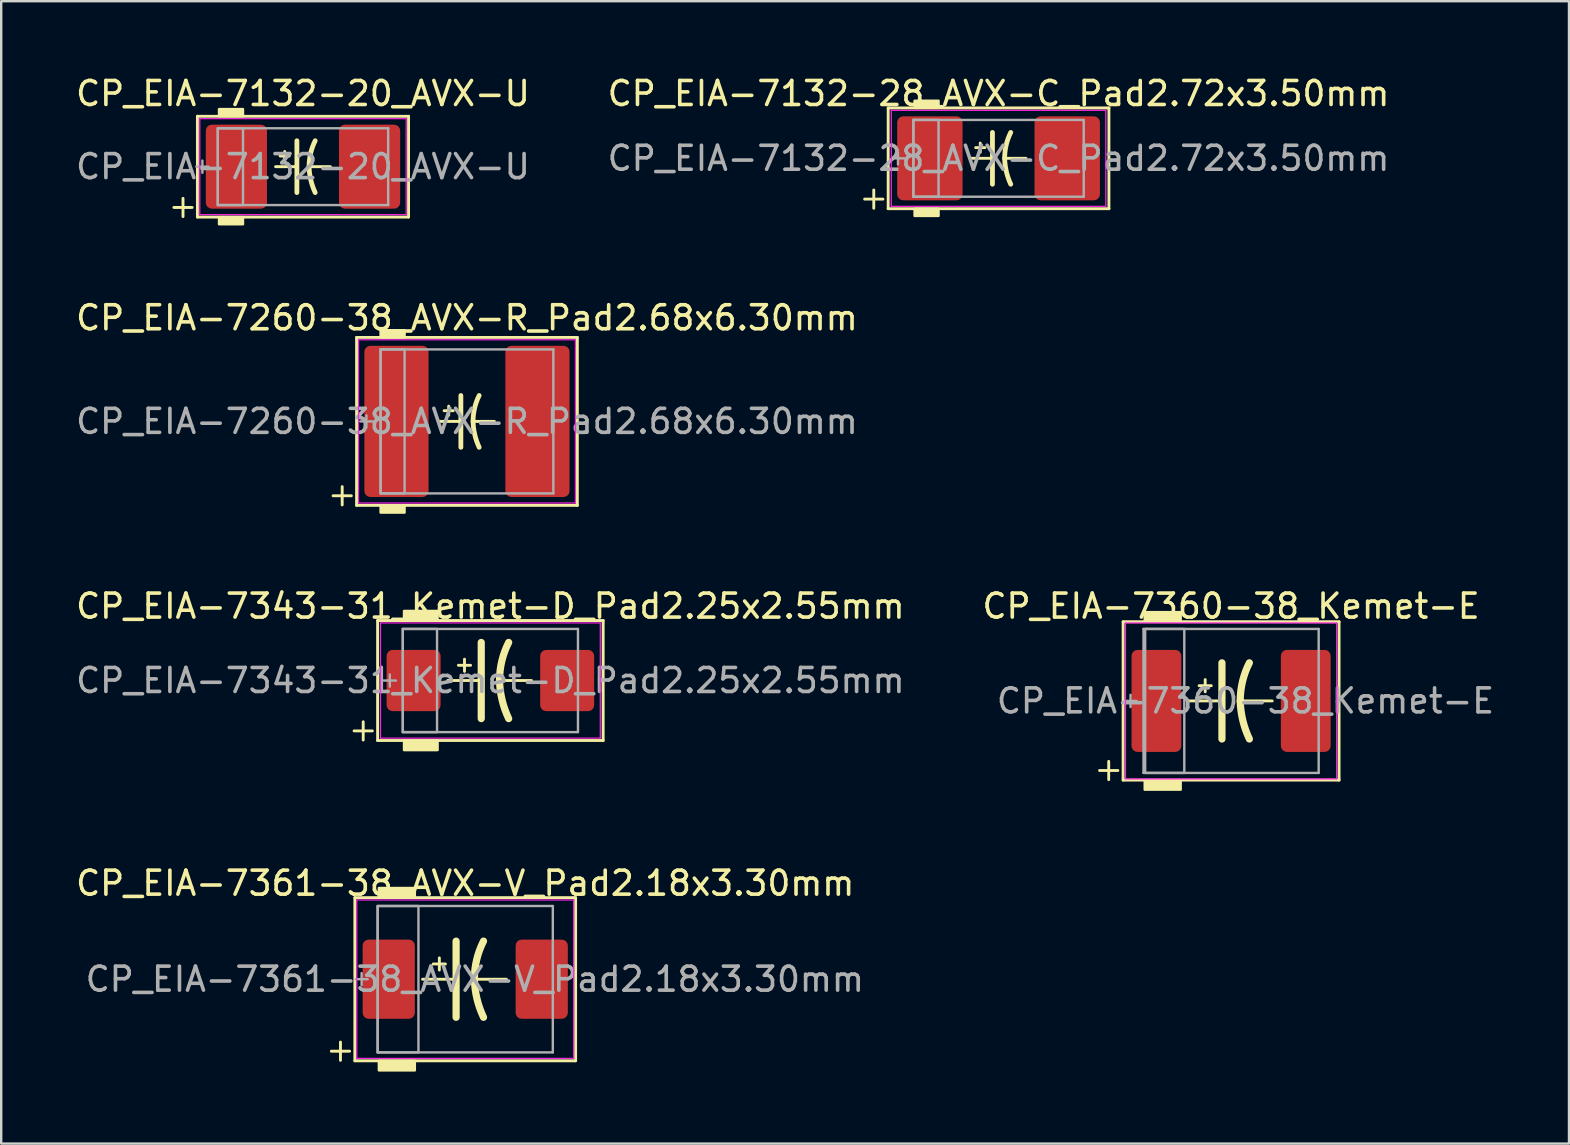
<source format=kicad_pcb>
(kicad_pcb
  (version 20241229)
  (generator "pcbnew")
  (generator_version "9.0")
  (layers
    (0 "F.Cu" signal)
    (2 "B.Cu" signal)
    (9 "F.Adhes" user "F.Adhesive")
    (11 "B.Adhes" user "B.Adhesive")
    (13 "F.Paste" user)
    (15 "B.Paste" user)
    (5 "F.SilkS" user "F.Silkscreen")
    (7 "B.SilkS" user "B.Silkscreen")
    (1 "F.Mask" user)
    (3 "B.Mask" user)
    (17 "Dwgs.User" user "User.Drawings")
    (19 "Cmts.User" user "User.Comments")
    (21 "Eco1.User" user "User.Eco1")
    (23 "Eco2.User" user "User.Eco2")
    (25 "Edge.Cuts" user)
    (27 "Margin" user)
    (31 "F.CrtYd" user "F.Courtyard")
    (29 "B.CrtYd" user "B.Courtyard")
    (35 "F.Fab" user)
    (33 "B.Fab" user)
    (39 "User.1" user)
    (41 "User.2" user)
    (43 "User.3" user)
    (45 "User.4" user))
  (footprint "CP_EIA-7132-20_AVX-U"
    (layer "F.Cu")
    (at 9.577 3.896)
    (property "Reference" "CP_EIA-7132-20_AVX-U" (at 0 -3.048 0) (layer "F.SilkS") (effects (font (size 1 1) (thickness 0.15))))
    (attr smd)
    (fp_line (start -5.381 1.7) (end -4.619 1.7) (stroke (width 0.12) (type solid)) (layer "F.SilkS"))
    (fp_line (start -5 1.319) (end -5 2.081) (stroke (width 0.12) (type solid)) (layer "F.SilkS"))
    (fp_line (start -4.4 -2.1) (end -4.4 2.1) (stroke (width 0.12) (type solid)) (layer "F.SilkS"))
    (fp_line (start -4.4 2.1) (end 4.4 2.1) (stroke (width 0.12) (type solid)) (layer "F.SilkS"))
    (fp_line (start -1.143 0) (end -0.254 0) (stroke (width 0.12) (type solid)) (layer "F.SilkS"))
    (fp_line (start -0.762 -0.254) (end -0.762 -0.635) (stroke (width 0.12) (type solid)) (layer "F.SilkS"))
    (fp_line (start -0.572 -0.445) (end -0.953 -0.445) (stroke (width 0.12) (type solid)) (layer "F.SilkS"))
    (fp_line (start -0.254 -1.079) (end -0.254 1.079) (stroke (width 0.2) (type solid)) (layer "F.SilkS"))
    (fp_line (start 1.143 0) (end 0.254 0) (stroke (width 0.12) (type solid)) (layer "F.SilkS"))
    (fp_line (start 4.4 -2.1) (end -4.4 -2.1) (stroke (width 0.12) (type solid)) (layer "F.SilkS"))
    (fp_line (start 4.4 2.1) (end 4.4 -2.1) (stroke (width 0.12) (type solid)) (layer "F.SilkS"))
    (fp_arc (start 0.254 0) (mid 0.318254 -0.554514) (end 0.508 -1.0795) (stroke (width 0.2) (type solid)) (layer "F.SilkS"))
    (fp_arc (start 0.508 1.0795) (mid 0.325879 0.55272) (end 0.254 0) (stroke (width 0.2) (type solid)) (layer "F.SilkS"))
    (fp_poly (pts (xy -2.5 -2.1) (xy -3.5 -2.1) (xy -3.5 -2.4) (xy -2.5 -2.4)) (stroke (width 0.1) (type solid)) (fill yes) (layer "F.SilkS"))
    (fp_poly (pts (xy -2.5 2.4) (xy -3.5 2.4) (xy -3.5 2.1) (xy -2.5 2.1)) (stroke (width 0.1) (type solid)) (fill yes) (layer "F.SilkS"))
    (fp_line (start -4.3 -2) (end 4.3 -2) (stroke (width 0.05) (type solid)) (layer "F.CrtYd"))
    (fp_line (start -4.3 2) (end -4.3 -2) (stroke (width 0.05) (type solid)) (layer "F.CrtYd"))
    (fp_line (start 4.3 -2) (end 4.3 2) (stroke (width 0.05) (type solid)) (layer "F.CrtYd"))
    (fp_line (start 4.3 2) (end -4.3 2) (stroke (width 0.05) (type solid)) (layer "F.CrtYd"))
    (fp_line (start -4.191 -0.254) (end -4.191 0.254) (stroke (width 0.1) (type solid)) (layer "F.Fab"))
    (fp_line (start -3.937 0) (end -4.445 0) (stroke (width 0.1) (type solid)) (layer "F.Fab"))
    (fp_line (start -3.55 -1.6) (end -3.55 1.6) (stroke (width 0.1) (type solid)) (layer "F.Fab"))
    (fp_line (start -3.55 1.6) (end 3.55 1.6) (stroke (width 0.1) (type solid)) (layer "F.Fab"))
    (fp_line (start 3.55 -1.6) (end -3.55 -1.6) (stroke (width 0.1) (type solid)) (layer "F.Fab"))
    (fp_line (start 3.55 1.6) (end 3.55 -1.6) (stroke (width 0.1) (type solid)) (layer "F.Fab"))
    (fp_rect (start -3.55 -1.6) (end -2.5 1.6) (stroke (width 0.1) (type solid)) (fill no) (layer "F.Fab"))
    (fp_text user "${REFERENCE}" (at 0 0 0) (layer "F.Fab") (effects (font (size 1 1) (thickness 0.15))))
    (pad "1" smd roundrect (at -2.775 0) (size 2.55 3.5) (layers "F.Cu" "F.Mask" "F.Paste") (roundrect_rratio 0.098))
    (pad "2" smd roundrect (at 2.775 0) (size 2.55 3.5) (layers "F.Cu" "F.Mask" "F.Paste") (roundrect_rratio 0.098)))
  (footprint "CP_EIA-7132-28_AVX-C_Pad2.72x3.50mm"
    (layer "F.Cu")
    (at 38.565 3.548)
    (property "Reference" "CP_EIA-7132-28_AVX-C_Pad2.72x3.50mm" (at 0 -2.7 0) (layer "F.SilkS") (effects (font (size 1 1) (thickness 0.15))))
    (attr smd)
    (fp_line (start -5.581 1.7) (end -4.819 1.7) (stroke (width 0.12) (type solid)) (layer "F.SilkS"))
    (fp_line (start -5.2 1.319) (end -5.2 2.081) (stroke (width 0.12) (type solid)) (layer "F.SilkS"))
    (fp_line (start -4.6 -2.1) (end -4.6 2.1) (stroke (width 0.12) (type solid)) (layer "F.SilkS"))
    (fp_line (start -4.6 2.1) (end 4.6 2.1) (stroke (width 0.12) (type solid)) (layer "F.SilkS"))
    (fp_line (start -1.143 0) (end -0.254 0) (stroke (width 0.12) (type solid)) (layer "F.SilkS"))
    (fp_line (start -0.762 -0.254) (end -0.762 -0.635) (stroke (width 0.12) (type solid)) (layer "F.SilkS"))
    (fp_line (start -0.572 -0.445) (end -0.953 -0.445) (stroke (width 0.12) (type solid)) (layer "F.SilkS"))
    (fp_line (start -0.254 -1.079) (end -0.254 1.079) (stroke (width 0.2) (type solid)) (layer "F.SilkS"))
    (fp_line (start 1.143 0) (end 0.254 0) (stroke (width 0.12) (type solid)) (layer "F.SilkS"))
    (fp_line (start 4.6 -2.1) (end -4.6 -2.1) (stroke (width 0.12) (type solid)) (layer "F.SilkS"))
    (fp_line (start 4.6 2.1) (end 4.6 -2.1) (stroke (width 0.12) (type solid)) (layer "F.SilkS"))
    (fp_arc (start 0.254 0) (mid 0.318254 -0.554514) (end 0.508 -1.0795) (stroke (width 0.2) (type solid)) (layer "F.SilkS"))
    (fp_arc (start 0.508 1.0795) (mid 0.325879 0.55272) (end 0.254 0) (stroke (width 0.2) (type solid)) (layer "F.SilkS"))
    (fp_poly (pts (xy -2.5 -2.1) (xy -3.5 -2.1) (xy -3.5 -2.4) (xy -2.5 -2.4)) (stroke (width 0.1) (type solid)) (fill yes) (layer "F.SilkS"))
    (fp_poly (pts (xy -2.5 2.4) (xy -3.5 2.4) (xy -3.5 2.1) (xy -2.5 2.1)) (stroke (width 0.1) (type solid)) (fill yes) (layer "F.SilkS"))
    (fp_line (start -4.47 -2) (end 4.47 -2) (stroke (width 0.05) (type solid)) (layer "F.CrtYd"))
    (fp_line (start -4.47 2) (end -4.47 -2) (stroke (width 0.05) (type solid)) (layer "F.CrtYd"))
    (fp_line (start 4.47 -2) (end 4.47 2) (stroke (width 0.05) (type solid)) (layer "F.CrtYd"))
    (fp_line (start 4.47 2) (end -4.47 2) (stroke (width 0.05) (type solid)) (layer "F.CrtYd"))
    (fp_line (start -4.191 -0.254) (end -4.191 0.254) (stroke (width 0.1) (type solid)) (layer "F.Fab"))
    (fp_line (start -3.937 0) (end -4.445 0) (stroke (width 0.1) (type solid)) (layer "F.Fab"))
    (fp_line (start -3.55 -1.6) (end -3.55 1.6) (stroke (width 0.1) (type solid)) (layer "F.Fab"))
    (fp_line (start -3.55 1.6) (end 3.55 1.6) (stroke (width 0.1) (type solid)) (layer "F.Fab"))
    (fp_line (start 3.55 -1.6) (end -3.55 -1.6) (stroke (width 0.1) (type solid)) (layer "F.Fab"))
    (fp_line (start 3.55 1.6) (end 3.55 -1.6) (stroke (width 0.1) (type solid)) (layer "F.Fab"))
    (fp_rect (start -3.55 -1.6) (end -2.5 1.6) (stroke (width 0.1) (type solid)) (fill no) (layer "F.Fab"))
    (fp_text user "${REFERENCE}" (at 0 0 0) (layer "F.Fab") (effects (font (size 1 1) (thickness 0.15))))
    (pad "1" smd roundrect (at -2.862 0) (size 2.725 3.5) (layers "F.Cu" "F.Mask" "F.Paste") (roundrect_rratio 0.092))
    (pad "2" smd roundrect (at 2.862 0) (size 2.725 3.5) (layers "F.Cu" "F.Mask" "F.Paste") (roundrect_rratio 0.092)))
  (footprint "CP_EIA-7343-31_Kemet-D_Pad2.25x2.55mm"
    (layer "F.Cu")
    (at 17.387 25.311)
    (property "Reference" "CP_EIA-7343-31_Kemet-D_Pad2.25x2.55mm" (at 0 -3.1 0) (layer "F.SilkS") (effects (font (size 1 1) (thickness 0.15))))
    (attr smd)
    (fp_line (start -5.681 2.1) (end -4.919 2.1) (stroke (width 0.12) (type solid)) (layer "F.SilkS"))
    (fp_line (start -5.3 1.719) (end -5.3 2.481) (stroke (width 0.12) (type solid)) (layer "F.SilkS"))
    (fp_line (start -4.7 -2.5) (end -4.7 2.5) (stroke (width 0.12) (type solid)) (layer "F.SilkS"))
    (fp_line (start -4.7 2.5) (end 4.7 2.5) (stroke (width 0.12) (type solid)) (layer "F.SilkS"))
    (fp_line (start -1.778 0) (end -0.381 0) (stroke (width 0.12) (type solid)) (layer "F.SilkS"))
    (fp_line (start -1.079 -0.381) (end -1.079 -0.889) (stroke (width 0.12) (type solid)) (layer "F.SilkS"))
    (fp_line (start -0.826 -0.635) (end -1.333 -0.635) (stroke (width 0.12) (type solid)) (layer "F.SilkS"))
    (fp_line (start -0.381 -1.587) (end -0.381 1.587) (stroke (width 0.3) (type solid)) (layer "F.SilkS"))
    (fp_line (start 1.714 0) (end 0.381 0) (stroke (width 0.12) (type solid)) (layer "F.SilkS"))
    (fp_line (start 4.7 -2.5) (end -4.7 -2.5) (stroke (width 0.12) (type solid)) (layer "F.SilkS"))
    (fp_line (start 4.7 2.5) (end 4.7 -2.5) (stroke (width 0.12) (type solid)) (layer "F.SilkS"))
    (fp_arc (start 0.381 0) (mid 0.477553 -0.816297) (end 0.762 -1.5875) (stroke (width 0.3) (type solid)) (layer "F.SilkS"))
    (fp_arc (start 0.762 1.5875) (mid 0.488774 0.813604) (end 0.381 0) (stroke (width 0.3) (type solid)) (layer "F.SilkS"))
    (fp_poly (pts (xy -2.2 -2.5) (xy -3.6 -2.5) (xy -3.6 -2.9) (xy -2.2 -2.9)) (stroke (width 0.1) (type solid)) (fill yes) (layer "F.SilkS"))
    (fp_poly (pts (xy -2.2 2.9) (xy -3.6 2.9) (xy -3.6 2.5) (xy -2.2 2.5)) (stroke (width 0.1) (type solid)) (fill yes) (layer "F.SilkS"))
    (fp_line (start -4.58 -2.4) (end 4.58 -2.4) (stroke (width 0.05) (type solid)) (layer "F.CrtYd"))
    (fp_line (start -4.58 2.4) (end -4.58 -2.4) (stroke (width 0.05) (type solid)) (layer "F.CrtYd"))
    (fp_line (start 4.58 -2.4) (end 4.58 2.4) (stroke (width 0.05) (type solid)) (layer "F.CrtYd"))
    (fp_line (start 4.58 2.4) (end -4.58 2.4) (stroke (width 0.05) (type solid)) (layer "F.CrtYd"))
    (fp_line (start -4.191 -0.254) (end -4.191 0.254) (stroke (width 0.1) (type solid)) (layer "F.Fab"))
    (fp_line (start -3.937 0) (end -4.445 0) (stroke (width 0.1) (type solid)) (layer "F.Fab"))
    (fp_line (start -3.65 -2.15) (end -3.65 2.15) (stroke (width 0.1) (type solid)) (layer "F.Fab"))
    (fp_line (start -3.65 2.15) (end 3.65 2.15) (stroke (width 0.1) (type solid)) (layer "F.Fab"))
    (fp_line (start 3.65 -2.15) (end -3.65 -2.15) (stroke (width 0.1) (type solid)) (layer "F.Fab"))
    (fp_line (start 3.65 2.15) (end 3.65 -2.15) (stroke (width 0.1) (type solid)) (layer "F.Fab"))
    (fp_rect (start -3.65 -2.15) (end -2.223 2.15) (stroke (width 0.1) (type solid)) (fill no) (layer "F.Fab"))
    (fp_text user "${REFERENCE}" (at 0 0 0) (layer "F.Fab") (effects (font (size 1 1) (thickness 0.15))))
    (pad "1" smd roundrect (at -3.2 0) (size 2.25 2.55) (layers "F.Cu" "F.Mask" "F.Paste") (roundrect_rratio 0.111))
    (pad "2" smd roundrect (at 3.2 0) (size 2.25 2.55) (layers "F.Cu" "F.Mask" "F.Paste") (roundrect_rratio 0.111)))
  (footprint "CP_EIA-7260-38_AVX-R_Pad2.68x6.30mm"
    (layer "F.Cu")
    (at 16.411 14.512)
    (property "Reference" "CP_EIA-7260-38_AVX-R_Pad2.68x6.30mm" (at 0 -4.318 0) (layer "F.SilkS") (effects (font (size 1 1) (thickness 0.15))))
    (attr smd)
    (fp_line (start -5.581 3.1) (end -4.819 3.1) (stroke (width 0.12) (type solid)) (layer "F.SilkS"))
    (fp_line (start -5.2 2.719) (end -5.2 3.481) (stroke (width 0.12) (type solid)) (layer "F.SilkS"))
    (fp_line (start -4.6 -3.5) (end -4.6 3.5) (stroke (width 0.12) (type solid)) (layer "F.SilkS"))
    (fp_line (start -4.6 3.5) (end 4.6 3.5) (stroke (width 0.12) (type solid)) (layer "F.SilkS"))
    (fp_line (start -1.143 0) (end -0.254 0) (stroke (width 0.12) (type solid)) (layer "F.SilkS"))
    (fp_line (start -0.762 -0.254) (end -0.762 -0.635) (stroke (width 0.12) (type solid)) (layer "F.SilkS"))
    (fp_line (start -0.572 -0.445) (end -0.953 -0.445) (stroke (width 0.12) (type solid)) (layer "F.SilkS"))
    (fp_line (start -0.254 -1.079) (end -0.254 1.079) (stroke (width 0.2) (type solid)) (layer "F.SilkS"))
    (fp_line (start 1.143 0) (end 0.254 0) (stroke (width 0.12) (type solid)) (layer "F.SilkS"))
    (fp_line (start 4.6 -3.5) (end -4.6 -3.5) (stroke (width 0.12) (type solid)) (layer "F.SilkS"))
    (fp_line (start 4.6 3.5) (end 4.6 -3.5) (stroke (width 0.12) (type solid)) (layer "F.SilkS"))
    (fp_arc (start 0.254 0) (mid 0.318254 -0.554514) (end 0.508 -1.0795) (stroke (width 0.2) (type solid)) (layer "F.SilkS"))
    (fp_arc (start 0.508 1.0795) (mid 0.325879 0.55272) (end 0.254 0) (stroke (width 0.2) (type solid)) (layer "F.SilkS"))
    (fp_poly (pts (xy -2.6 -3.5) (xy -3.6 -3.5) (xy -3.6 -3.8) (xy -2.6 -3.8)) (stroke (width 0.1) (type solid)) (fill yes) (layer "F.SilkS"))
    (fp_poly (pts (xy -2.6 3.8) (xy -3.6 3.8) (xy -3.6 3.5) (xy -2.6 3.5)) (stroke (width 0.1) (type solid)) (fill yes) (layer "F.SilkS"))
    (fp_line (start -4.52 -3.4) (end 4.52 -3.4) (stroke (width 0.05) (type solid)) (layer "F.CrtYd"))
    (fp_line (start -4.52 3.4) (end -4.52 -3.4) (stroke (width 0.05) (type solid)) (layer "F.CrtYd"))
    (fp_line (start 4.52 -3.4) (end 4.52 3.4) (stroke (width 0.05) (type solid)) (layer "F.CrtYd"))
    (fp_line (start 4.52 3.4) (end -4.52 3.4) (stroke (width 0.05) (type solid)) (layer "F.CrtYd"))
    (fp_line (start -4.191 -0.254) (end -4.191 0.254) (stroke (width 0.1) (type solid)) (layer "F.Fab"))
    (fp_line (start -3.937 0) (end -4.445 0) (stroke (width 0.1) (type solid)) (layer "F.Fab"))
    (fp_line (start -3.6 -3) (end -3.6 3) (stroke (width 0.1) (type solid)) (layer "F.Fab"))
    (fp_line (start -3.6 3) (end 3.6 3) (stroke (width 0.1) (type solid)) (layer "F.Fab"))
    (fp_line (start 3.6 -3) (end -3.6 -3) (stroke (width 0.1) (type solid)) (layer "F.Fab"))
    (fp_line (start 3.6 3) (end 3.6 -3) (stroke (width 0.1) (type solid)) (layer "F.Fab"))
    (fp_rect (start -3.6 -3) (end -2.6 3) (stroke (width 0.1) (type solid)) (fill no) (layer "F.Fab"))
    (fp_text user "${REFERENCE}" (at 0 0 0) (layer "F.Fab") (effects (font (size 1 1) (thickness 0.15))))
    (pad "1" smd roundrect (at -2.938 0) (size 2.675 6.3) (layers "F.Cu" "F.Mask" "F.Paste") (roundrect_rratio 0.093))
    (pad "2" smd roundrect (at 2.938 0) (size 2.675 6.3) (layers "F.Cu" "F.Mask" "F.Paste") (roundrect_rratio 0.093)))
  (footprint "CP_EIA-7360-38_Kemet-E"
    (layer "F.Cu")
    (at 48.256 26.161)
    (property "Reference" "CP_EIA-7360-38_Kemet-E" (at 0 -3.95 0) (layer "F.SilkS") (effects (font (size 1 1) (thickness 0.15))))
    (attr smd)
    (fp_line (start -5.481 2.9) (end -4.719 2.9) (stroke (width 0.12) (type solid)) (layer "F.SilkS"))
    (fp_line (start -5.1 2.519) (end -5.1 3.281) (stroke (width 0.12) (type solid)) (layer "F.SilkS"))
    (fp_line (start -4.5 -3.3) (end -4.5 3.3) (stroke (width 0.12) (type solid)) (layer "F.SilkS"))
    (fp_line (start -4.5 3.3) (end 4.5 3.3) (stroke (width 0.12) (type solid)) (layer "F.SilkS"))
    (fp_line (start -1.778 0) (end -0.381 0) (stroke (width 0.12) (type solid)) (layer "F.SilkS"))
    (fp_line (start -1.079 -0.381) (end -1.079 -0.889) (stroke (width 0.12) (type solid)) (layer "F.SilkS"))
    (fp_line (start -0.826 -0.635) (end -1.333 -0.635) (stroke (width 0.12) (type solid)) (layer "F.SilkS"))
    (fp_line (start -0.381 -1.587) (end -0.381 1.587) (stroke (width 0.3) (type solid)) (layer "F.SilkS"))
    (fp_line (start 1.714 0) (end 0.381 0) (stroke (width 0.12) (type solid)) (layer "F.SilkS"))
    (fp_line (start 4.5 -3.3) (end -4.5 -3.3) (stroke (width 0.12) (type solid)) (layer "F.SilkS"))
    (fp_line (start 4.5 3.3) (end 4.5 -3.3) (stroke (width 0.12) (type solid)) (layer "F.SilkS"))
    (fp_arc (start 0.381 0) (mid 0.477553 -0.816297) (end 0.762 -1.5875) (stroke (width 0.3) (type solid)) (layer "F.SilkS"))
    (fp_arc (start 0.762 1.5875) (mid 0.488774 0.813604) (end 0.381 0) (stroke (width 0.3) (type solid)) (layer "F.SilkS"))
    (fp_poly (pts (xy -2.1 -3.3) (xy -3.6 -3.3) (xy -3.6 -3.7) (xy -2.1 -3.7)) (stroke (width 0.1) (type solid)) (fill yes) (layer "F.SilkS"))
    (fp_poly (pts (xy -2.1 3.7) (xy -3.6 3.7) (xy -3.6 3.3) (xy -2.1 3.3)) (stroke (width 0.1) (type solid)) (fill yes) (layer "F.SilkS"))
    (fp_line (start -4.4 -3.25) (end 4.4 -3.25) (stroke (width 0.05) (type solid)) (layer "F.CrtYd"))
    (fp_line (start -4.4 3.25) (end -4.4 -3.25) (stroke (width 0.05) (type solid)) (layer "F.CrtYd"))
    (fp_line (start 4.4 -3.25) (end 4.4 3.25) (stroke (width 0.05) (type solid)) (layer "F.CrtYd"))
    (fp_line (start 4.4 3.25) (end -4.4 3.25) (stroke (width 0.05) (type solid)) (layer "F.CrtYd"))
    (fp_line (start -4.191 -0.254) (end -4.191 0.254) (stroke (width 0.1) (type solid)) (layer "F.Fab"))
    (fp_line (start -3.937 0) (end -4.445 0) (stroke (width 0.1) (type solid)) (layer "F.Fab"))
    (fp_line (start -3.65 -3) (end -3.65 3) (stroke (width 0.1) (type solid)) (layer "F.Fab"))
    (fp_line (start -3.65 3) (end 3.65 3) (stroke (width 0.1) (type solid)) (layer "F.Fab"))
    (fp_line (start 3.65 -3) (end -3.65 -3) (stroke (width 0.1) (type solid)) (layer "F.Fab"))
    (fp_line (start 3.65 3) (end 3.65 -3) (stroke (width 0.1) (type solid)) (layer "F.Fab"))
    (fp_rect (start -3.581 -3) (end -1.95 3) (stroke (width 0.1) (type solid)) (fill no) (layer "F.Fab"))
    (fp_text user "${REFERENCE}" (at 0.6 0 0) (layer "F.Fab") (effects (font (size 1 1) (thickness 0.15))))
    (pad "1" smd roundrect (at -3.112 0) (size 2.075 4.25) (layers "F.Cu" "F.Mask" "F.Paste") (roundrect_rratio 0.12))
    (pad "2" smd roundrect (at 3.112 0) (size 2.075 4.25) (layers "F.Cu" "F.Mask" "F.Paste") (roundrect_rratio 0.12)))
  (footprint "CP_EIA-7361-38_AVX-V_Pad2.18x3.30mm"
    (layer "F.Cu")
    (at 16.339 37.759)
    (property "Reference" "CP_EIA-7361-38_AVX-V_Pad2.18x3.30mm" (at 0 -4 0) (layer "F.SilkS") (effects (font (size 1 1) (thickness 0.15))))
    (attr smd)
    (fp_line (start -5.581 3) (end -4.819 3) (stroke (width 0.12) (type solid)) (layer "F.SilkS"))
    (fp_line (start -5.2 2.619) (end -5.2 3.381) (stroke (width 0.12) (type solid)) (layer "F.SilkS"))
    (fp_line (start -4.6 -3.4) (end -4.6 3.4) (stroke (width 0.12) (type solid)) (layer "F.SilkS"))
    (fp_line (start -4.6 3.4) (end 4.6 3.4) (stroke (width 0.12) (type solid)) (layer "F.SilkS"))
    (fp_line (start -1.778 0) (end -0.381 0) (stroke (width 0.12) (type solid)) (layer "F.SilkS"))
    (fp_line (start -1.079 -0.381) (end -1.079 -0.889) (stroke (width 0.12) (type solid)) (layer "F.SilkS"))
    (fp_line (start -0.826 -0.635) (end -1.333 -0.635) (stroke (width 0.12) (type solid)) (layer "F.SilkS"))
    (fp_line (start -0.381 -1.587) (end -0.381 1.587) (stroke (width 0.3) (type solid)) (layer "F.SilkS"))
    (fp_line (start 1.714 0) (end 0.381 0) (stroke (width 0.12) (type solid)) (layer "F.SilkS"))
    (fp_line (start 4.6 -3.4) (end -4.6 -3.4) (stroke (width 0.12) (type solid)) (layer "F.SilkS"))
    (fp_line (start 4.6 3.4) (end 4.6 -3.4) (stroke (width 0.12) (type solid)) (layer "F.SilkS"))
    (fp_arc (start 0.381 0) (mid 0.477553 -0.816297) (end 0.762 -1.5875) (stroke (width 0.3) (type solid)) (layer "F.SilkS"))
    (fp_arc (start 0.762 1.5875) (mid 0.488774 0.813604) (end 0.381 0) (stroke (width 0.3) (type solid)) (layer "F.SilkS"))
    (fp_poly (pts (xy -2.1 -3.4) (xy -3.6 -3.4) (xy -3.6 -3.8) (xy -2.1 -3.8)) (stroke (width 0.1) (type solid)) (fill yes) (layer "F.SilkS"))
    (fp_poly (pts (xy -2.1 3.8) (xy -3.6 3.8) (xy -3.6 3.4) (xy -2.1 3.4)) (stroke (width 0.1) (type solid)) (fill yes) (layer "F.SilkS"))
    (fp_line (start -4.52 -3.3) (end 4.52 -3.3) (stroke (width 0.05) (type solid)) (layer "F.CrtYd"))
    (fp_line (start -4.52 3.3) (end -4.52 -3.3) (stroke (width 0.05) (type solid)) (layer "F.CrtYd"))
    (fp_line (start 4.52 -3.3) (end 4.52 3.3) (stroke (width 0.05) (type solid)) (layer "F.CrtYd"))
    (fp_line (start 4.52 3.3) (end -4.52 3.3) (stroke (width 0.05) (type solid)) (layer "F.CrtYd"))
    (fp_line (start -4.318 -0.254) (end -4.318 0.254) (stroke (width 0.1) (type solid)) (layer "F.Fab"))
    (fp_line (start -4.064 0) (end -4.572 0) (stroke (width 0.1) (type solid)) (layer "F.Fab"))
    (fp_line (start -3.65 -3.05) (end -3.65 3.05) (stroke (width 0.1) (type solid)) (layer "F.Fab"))
    (fp_line (start -3.65 3.05) (end 3.65 3.05) (stroke (width 0.1) (type solid)) (layer "F.Fab"))
    (fp_line (start 3.65 -3.05) (end -3.65 -3.05) (stroke (width 0.1) (type solid)) (layer "F.Fab"))
    (fp_line (start 3.65 3.05) (end 3.65 -3.05) (stroke (width 0.1) (type solid)) (layer "F.Fab"))
    (fp_rect (start -3.65 -3.05) (end -1.95 3.05) (stroke (width 0.1) (type solid)) (fill no) (layer "F.Fab"))
    (fp_text user "${REFERENCE}" (at 0.4 0 0) (layer "F.Fab") (effects (font (size 1 1) (thickness 0.15))))
    (pad "1" smd roundrect (at -3.188 0) (size 2.175 3.3) (layers "F.Cu" "F.Mask" "F.Paste") (roundrect_rratio 0.115))
    (pad "2" smd roundrect (at 3.188 0) (size 2.175 3.3) (layers "F.Cu" "F.Mask" "F.Paste") (roundrect_rratio 0.115)))
  (gr_rect
    (start -3 -3)
    (end 62.338 44.609)
    (stroke (width 0.1) (type default))
    (fill no)
    (layer "Edge.Cuts")))
</source>
